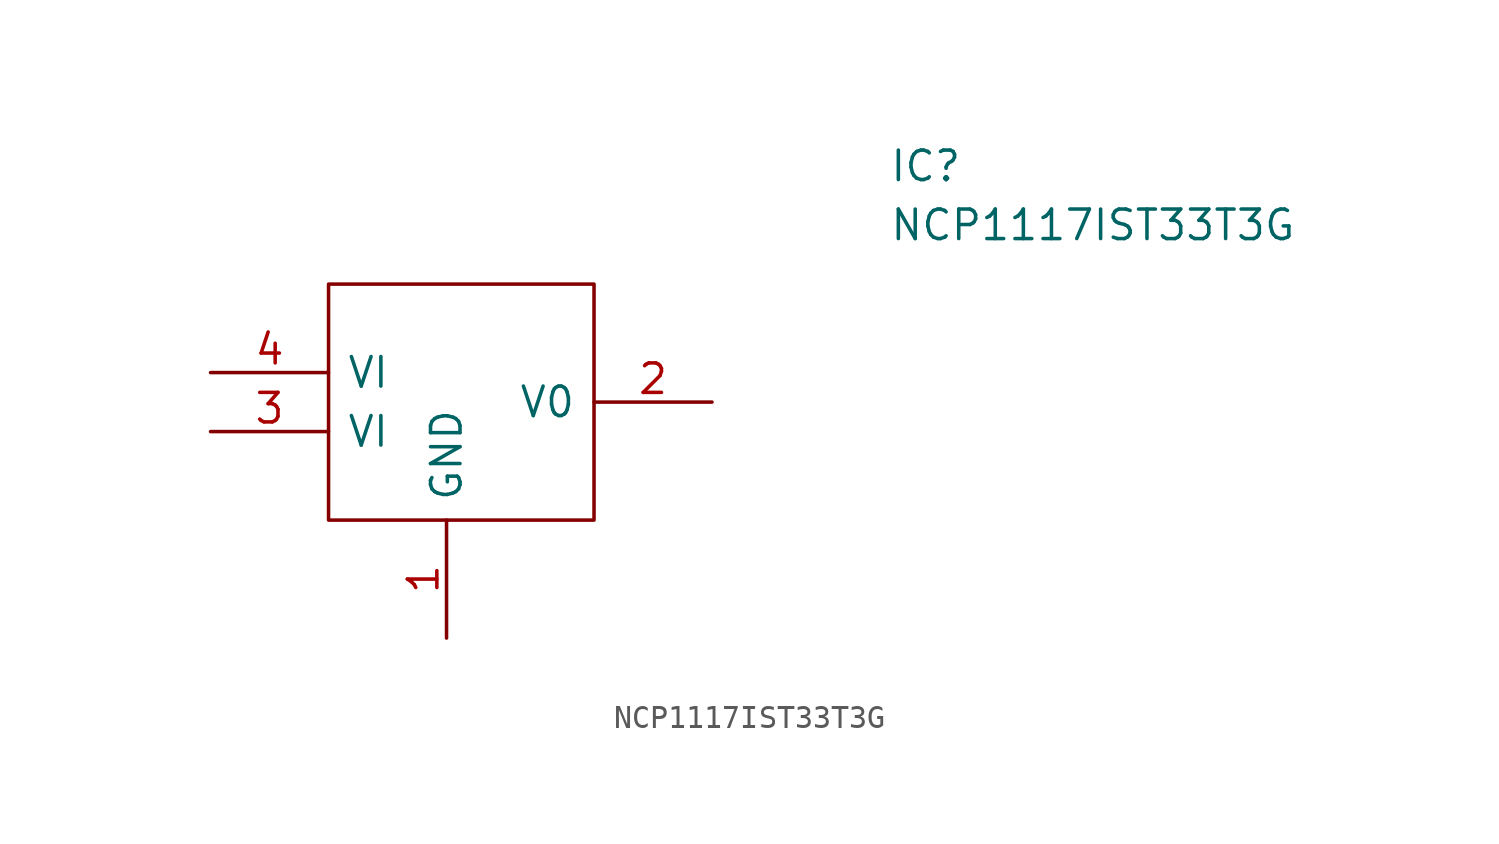
<source format=kicad_sym>
(kicad_symbol_lib
  (version 20220914)
  (generator kicad_symbol_editor)
  (symbol "NCP1117IST33T3G"
    (pin_names
      (offset 0.762))
    (property "Reference" "IC"
      (at 39.37 7.62 0)
      (effects (font (size 1.27 1.27)) (justify left)))
    (property "Value" "NCP1117IST33T3G"
      (at 39.37 5.08 0)
      (effects (font (size 1.27 1.27)) (justify left)))
    (symbol "NCP1117IST33T3G_0_0"
      (pin passive line (at 20.32 -12.7 90) (length 5.08) (name "GND" (effects (font (size 1.27 1.27)))) (number "1" (effects (font (size 1.27 1.27)))))
      (pin passive line (at 31.75 -2.54 180) (length 5.08) (name "V0" (effects (font (size 1.27 1.27)))) (number "2" (effects (font (size 1.27 1.27)))))
      (pin passive line (at 10.16 -3.81 0) (length 5.08) (name "VI" (effects (font (size 1.27 1.27)))) (number "3" (effects (font (size 1.27 1.27)))))
      (pin passive line (at 10.16 -1.27 0) (length 5.08) (name "VI" (effects (font (size 1.27 1.27)))) (number "4" (effects (font (size 1.27 1.27))))))
    (symbol "NCP1117IST33T3G_0_1"
      (polyline (pts (xy 15.24 2.54) (xy 26.67 2.54) (xy 26.67 -7.62) (xy 15.24 -7.62) (xy 15.24 2.54)) (stroke (width 0.152) (type default)) (fill (type none))))))
</source>
